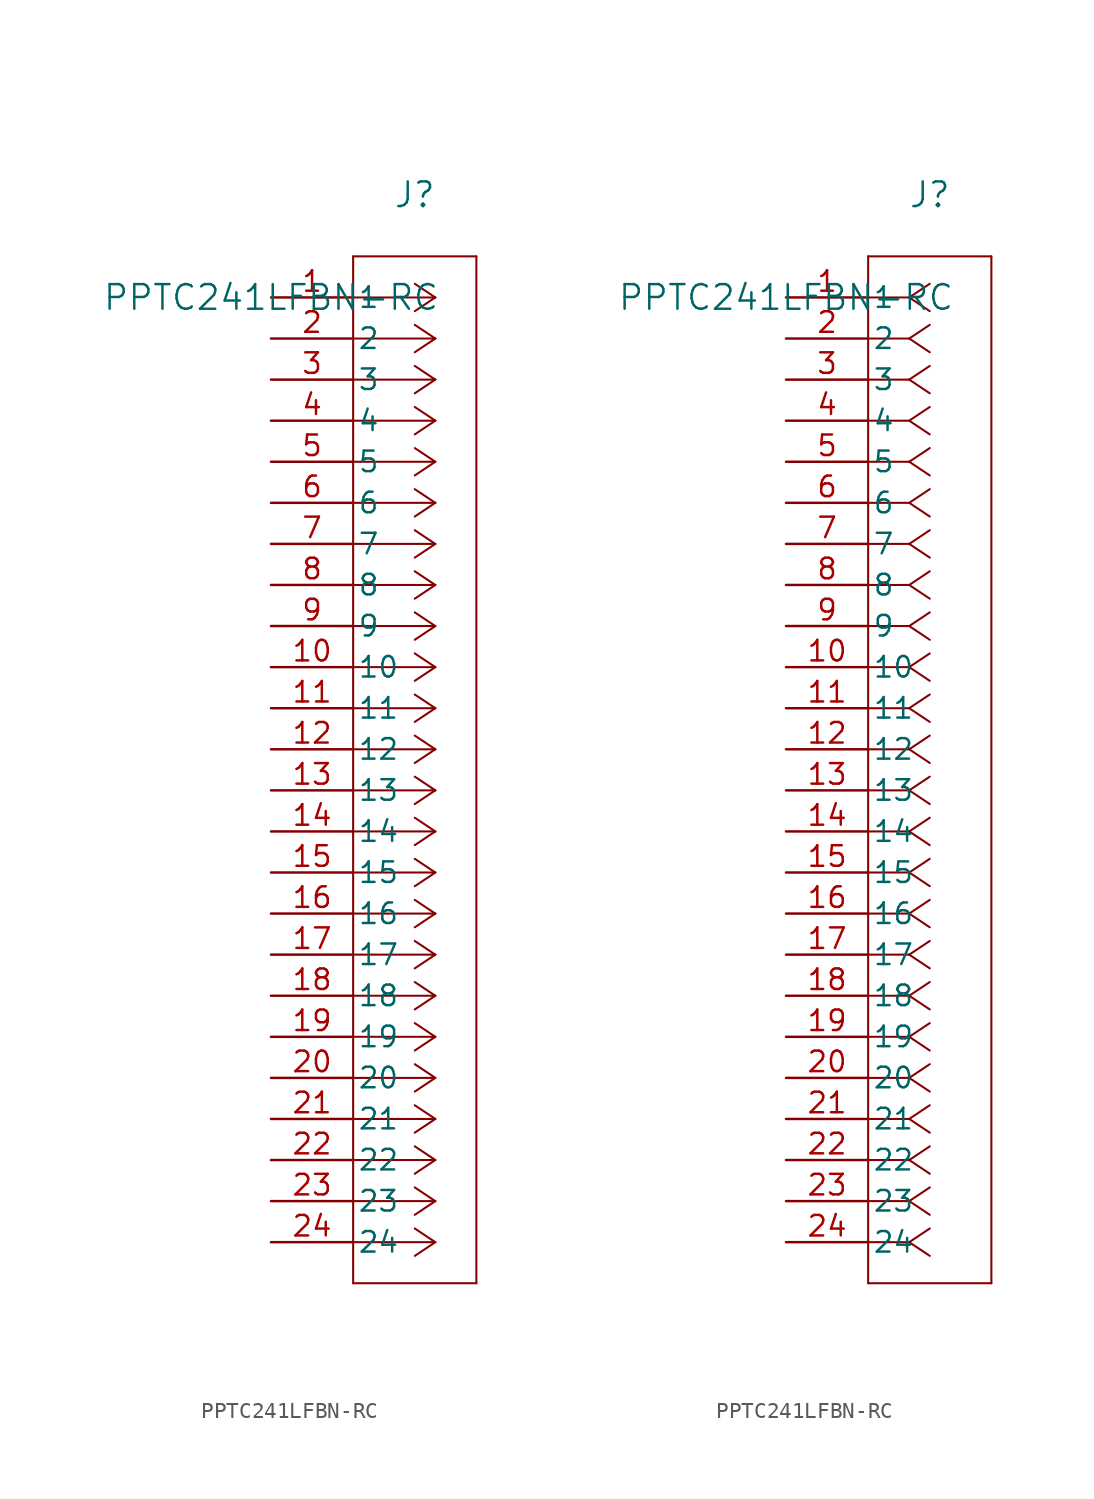
<source format=kicad_sym>
(kicad_symbol_lib
  (version 20220914)
  (generator kicad_symbol_editor)
  (symbol "PPTC241LFBN-RC"
    (pin_names
      (offset 0.254))
    (property "Reference" "J"
      (at 8.89 6.35 0)
      (effects (font (size 1.524 1.524))))
    (property "Value" "PPTC241LFBN-RC"
      (at 0 0 0)
      (effects (font (size 1.524 1.524))))
    (property "ki_locked" ""
      (at 0 0 0)
      (effects (font (size 1.27 1.27))))
    (symbol "PPTC241LFBN-RC_1_1"
      (polyline (pts (xy 5.08 -60.96) (xy 12.7 -60.96)) (stroke (width 0.127) (type default)) (fill (type none)))
      (polyline (pts (xy 5.08 2.54) (xy 5.08 -60.96)) (stroke (width 0.127) (type default)) (fill (type none)))
      (polyline (pts (xy 10.16 -58.42) (xy 5.08 -58.42)) (stroke (width 0.127) (type default)) (fill (type none)))
      (polyline (pts (xy 10.16 -58.42) (xy 8.89 -59.267)) (stroke (width 0.127) (type default)) (fill (type none)))
      (polyline (pts (xy 10.16 -58.42) (xy 8.89 -57.573)) (stroke (width 0.127) (type default)) (fill (type none)))
      (polyline (pts (xy 10.16 -55.88) (xy 5.08 -55.88)) (stroke (width 0.127) (type default)) (fill (type none)))
      (polyline (pts (xy 10.16 -55.88) (xy 8.89 -56.727)) (stroke (width 0.127) (type default)) (fill (type none)))
      (polyline (pts (xy 10.16 -55.88) (xy 8.89 -55.033)) (stroke (width 0.127) (type default)) (fill (type none)))
      (polyline (pts (xy 10.16 -53.34) (xy 5.08 -53.34)) (stroke (width 0.127) (type default)) (fill (type none)))
      (polyline (pts (xy 10.16 -53.34) (xy 8.89 -54.187)) (stroke (width 0.127) (type default)) (fill (type none)))
      (polyline (pts (xy 10.16 -53.34) (xy 8.89 -52.493)) (stroke (width 0.127) (type default)) (fill (type none)))
      (polyline (pts (xy 10.16 -50.8) (xy 5.08 -50.8)) (stroke (width 0.127) (type default)) (fill (type none)))
      (polyline (pts (xy 10.16 -50.8) (xy 8.89 -51.647)) (stroke (width 0.127) (type default)) (fill (type none)))
      (polyline (pts (xy 10.16 -50.8) (xy 8.89 -49.953)) (stroke (width 0.127) (type default)) (fill (type none)))
      (polyline (pts (xy 10.16 -48.26) (xy 5.08 -48.26)) (stroke (width 0.127) (type default)) (fill (type none)))
      (polyline (pts (xy 10.16 -48.26) (xy 8.89 -49.107)) (stroke (width 0.127) (type default)) (fill (type none)))
      (polyline (pts (xy 10.16 -48.26) (xy 8.89 -47.413)) (stroke (width 0.127) (type default)) (fill (type none)))
      (polyline (pts (xy 10.16 -45.72) (xy 5.08 -45.72)) (stroke (width 0.127) (type default)) (fill (type none)))
      (polyline (pts (xy 10.16 -45.72) (xy 8.89 -46.567)) (stroke (width 0.127) (type default)) (fill (type none)))
      (polyline (pts (xy 10.16 -45.72) (xy 8.89 -44.873)) (stroke (width 0.127) (type default)) (fill (type none)))
      (polyline (pts (xy 10.16 -43.18) (xy 5.08 -43.18)) (stroke (width 0.127) (type default)) (fill (type none)))
      (polyline (pts (xy 10.16 -43.18) (xy 8.89 -44.027)) (stroke (width 0.127) (type default)) (fill (type none)))
      (polyline (pts (xy 10.16 -43.18) (xy 8.89 -42.333)) (stroke (width 0.127) (type default)) (fill (type none)))
      (polyline (pts (xy 10.16 -40.64) (xy 5.08 -40.64)) (stroke (width 0.127) (type default)) (fill (type none)))
      (polyline (pts (xy 10.16 -40.64) (xy 8.89 -41.487)) (stroke (width 0.127) (type default)) (fill (type none)))
      (polyline (pts (xy 10.16 -40.64) (xy 8.89 -39.793)) (stroke (width 0.127) (type default)) (fill (type none)))
      (polyline (pts (xy 10.16 -38.1) (xy 5.08 -38.1)) (stroke (width 0.127) (type default)) (fill (type none)))
      (polyline (pts (xy 10.16 -38.1) (xy 8.89 -38.947)) (stroke (width 0.127) (type default)) (fill (type none)))
      (polyline (pts (xy 10.16 -38.1) (xy 8.89 -37.253)) (stroke (width 0.127) (type default)) (fill (type none)))
      (polyline (pts (xy 10.16 -35.56) (xy 5.08 -35.56)) (stroke (width 0.127) (type default)) (fill (type none)))
      (polyline (pts (xy 10.16 -35.56) (xy 8.89 -36.407)) (stroke (width 0.127) (type default)) (fill (type none)))
      (polyline (pts (xy 10.16 -35.56) (xy 8.89 -34.713)) (stroke (width 0.127) (type default)) (fill (type none)))
      (polyline (pts (xy 10.16 -33.02) (xy 5.08 -33.02)) (stroke (width 0.127) (type default)) (fill (type none)))
      (polyline (pts (xy 10.16 -33.02) (xy 8.89 -33.867)) (stroke (width 0.127) (type default)) (fill (type none)))
      (polyline (pts (xy 10.16 -33.02) (xy 8.89 -32.173)) (stroke (width 0.127) (type default)) (fill (type none)))
      (polyline (pts (xy 10.16 -30.48) (xy 5.08 -30.48)) (stroke (width 0.127) (type default)) (fill (type none)))
      (polyline (pts (xy 10.16 -30.48) (xy 8.89 -31.327)) (stroke (width 0.127) (type default)) (fill (type none)))
      (polyline (pts (xy 10.16 -30.48) (xy 8.89 -29.633)) (stroke (width 0.127) (type default)) (fill (type none)))
      (polyline (pts (xy 10.16 -27.94) (xy 5.08 -27.94)) (stroke (width 0.127) (type default)) (fill (type none)))
      (polyline (pts (xy 10.16 -27.94) (xy 8.89 -28.787)) (stroke (width 0.127) (type default)) (fill (type none)))
      (polyline (pts (xy 10.16 -27.94) (xy 8.89 -27.093)) (stroke (width 0.127) (type default)) (fill (type none)))
      (polyline (pts (xy 10.16 -25.4) (xy 5.08 -25.4)) (stroke (width 0.127) (type default)) (fill (type none)))
      (polyline (pts (xy 10.16 -25.4) (xy 8.89 -26.247)) (stroke (width 0.127) (type default)) (fill (type none)))
      (polyline (pts (xy 10.16 -25.4) (xy 8.89 -24.553)) (stroke (width 0.127) (type default)) (fill (type none)))
      (polyline (pts (xy 10.16 -22.86) (xy 5.08 -22.86)) (stroke (width 0.127) (type default)) (fill (type none)))
      (polyline (pts (xy 10.16 -22.86) (xy 8.89 -23.707)) (stroke (width 0.127) (type default)) (fill (type none)))
      (polyline (pts (xy 10.16 -22.86) (xy 8.89 -22.013)) (stroke (width 0.127) (type default)) (fill (type none)))
      (polyline (pts (xy 10.16 -20.32) (xy 5.08 -20.32)) (stroke (width 0.127) (type default)) (fill (type none)))
      (polyline (pts (xy 10.16 -20.32) (xy 8.89 -21.167)) (stroke (width 0.127) (type default)) (fill (type none)))
      (polyline (pts (xy 10.16 -20.32) (xy 8.89 -19.473)) (stroke (width 0.127) (type default)) (fill (type none)))
      (polyline (pts (xy 10.16 -17.78) (xy 5.08 -17.78)) (stroke (width 0.127) (type default)) (fill (type none)))
      (polyline (pts (xy 10.16 -17.78) (xy 8.89 -18.627)) (stroke (width 0.127) (type default)) (fill (type none)))
      (polyline (pts (xy 10.16 -17.78) (xy 8.89 -16.933)) (stroke (width 0.127) (type default)) (fill (type none)))
      (polyline (pts (xy 10.16 -15.24) (xy 5.08 -15.24)) (stroke (width 0.127) (type default)) (fill (type none)))
      (polyline (pts (xy 10.16 -15.24) (xy 8.89 -16.087)) (stroke (width 0.127) (type default)) (fill (type none)))
      (polyline (pts (xy 10.16 -15.24) (xy 8.89 -14.393)) (stroke (width 0.127) (type default)) (fill (type none)))
      (polyline (pts (xy 10.16 -12.7) (xy 5.08 -12.7)) (stroke (width 0.127) (type default)) (fill (type none)))
      (polyline (pts (xy 10.16 -12.7) (xy 8.89 -13.547)) (stroke (width 0.127) (type default)) (fill (type none)))
      (polyline (pts (xy 10.16 -12.7) (xy 8.89 -11.853)) (stroke (width 0.127) (type default)) (fill (type none)))
      (polyline (pts (xy 10.16 -10.16) (xy 5.08 -10.16)) (stroke (width 0.127) (type default)) (fill (type none)))
      (polyline (pts (xy 10.16 -10.16) (xy 8.89 -11.007)) (stroke (width 0.127) (type default)) (fill (type none)))
      (polyline (pts (xy 10.16 -10.16) (xy 8.89 -9.313)) (stroke (width 0.127) (type default)) (fill (type none)))
      (polyline (pts (xy 10.16 -7.62) (xy 5.08 -7.62)) (stroke (width 0.127) (type default)) (fill (type none)))
      (polyline (pts (xy 10.16 -7.62) (xy 8.89 -8.467)) (stroke (width 0.127) (type default)) (fill (type none)))
      (polyline (pts (xy 10.16 -7.62) (xy 8.89 -6.773)) (stroke (width 0.127) (type default)) (fill (type none)))
      (polyline (pts (xy 10.16 -5.08) (xy 5.08 -5.08)) (stroke (width 0.127) (type default)) (fill (type none)))
      (polyline (pts (xy 10.16 -5.08) (xy 8.89 -5.927)) (stroke (width 0.127) (type default)) (fill (type none)))
      (polyline (pts (xy 10.16 -5.08) (xy 8.89 -4.233)) (stroke (width 0.127) (type default)) (fill (type none)))
      (polyline (pts (xy 10.16 -2.54) (xy 5.08 -2.54)) (stroke (width 0.127) (type default)) (fill (type none)))
      (polyline (pts (xy 10.16 -2.54) (xy 8.89 -3.387)) (stroke (width 0.127) (type default)) (fill (type none)))
      (polyline (pts (xy 10.16 -2.54) (xy 8.89 -1.693)) (stroke (width 0.127) (type default)) (fill (type none)))
      (polyline (pts (xy 10.16 0) (xy 5.08 0)) (stroke (width 0.127) (type default)) (fill (type none)))
      (polyline (pts (xy 10.16 0) (xy 8.89 -0.847)) (stroke (width 0.127) (type default)) (fill (type none)))
      (polyline (pts (xy 10.16 0) (xy 8.89 0.847)) (stroke (width 0.127) (type default)) (fill (type none)))
      (polyline (pts (xy 12.7 -60.96) (xy 12.7 2.54)) (stroke (width 0.127) (type default)) (fill (type none)))
      (polyline (pts (xy 12.7 2.54) (xy 5.08 2.54)) (stroke (width 0.127) (type default)) (fill (type none)))
      (pin unspecified line (at 0 0 0) (length 5.08) (name "1" (effects (font (size 1.27 1.27)))) (number "1" (effects (font (size 1.27 1.27)))))
      (pin unspecified line (at 0 -22.86 0) (length 5.08) (name "10" (effects (font (size 1.27 1.27)))) (number "10" (effects (font (size 1.27 1.27)))))
      (pin unspecified line (at 0 -25.4 0) (length 5.08) (name "11" (effects (font (size 1.27 1.27)))) (number "11" (effects (font (size 1.27 1.27)))))
      (pin unspecified line (at 0 -27.94 0) (length 5.08) (name "12" (effects (font (size 1.27 1.27)))) (number "12" (effects (font (size 1.27 1.27)))))
      (pin unspecified line (at 0 -30.48 0) (length 5.08) (name "13" (effects (font (size 1.27 1.27)))) (number "13" (effects (font (size 1.27 1.27)))))
      (pin unspecified line (at 0 -33.02 0) (length 5.08) (name "14" (effects (font (size 1.27 1.27)))) (number "14" (effects (font (size 1.27 1.27)))))
      (pin unspecified line (at 0 -35.56 0) (length 5.08) (name "15" (effects (font (size 1.27 1.27)))) (number "15" (effects (font (size 1.27 1.27)))))
      (pin unspecified line (at 0 -38.1 0) (length 5.08) (name "16" (effects (font (size 1.27 1.27)))) (number "16" (effects (font (size 1.27 1.27)))))
      (pin unspecified line (at 0 -40.64 0) (length 5.08) (name "17" (effects (font (size 1.27 1.27)))) (number "17" (effects (font (size 1.27 1.27)))))
      (pin unspecified line (at 0 -43.18 0) (length 5.08) (name "18" (effects (font (size 1.27 1.27)))) (number "18" (effects (font (size 1.27 1.27)))))
      (pin unspecified line (at 0 -45.72 0) (length 5.08) (name "19" (effects (font (size 1.27 1.27)))) (number "19" (effects (font (size 1.27 1.27)))))
      (pin unspecified line (at 0 -2.54 0) (length 5.08) (name "2" (effects (font (size 1.27 1.27)))) (number "2" (effects (font (size 1.27 1.27)))))
      (pin unspecified line (at 0 -48.26 0) (length 5.08) (name "20" (effects (font (size 1.27 1.27)))) (number "20" (effects (font (size 1.27 1.27)))))
      (pin unspecified line (at 0 -50.8 0) (length 5.08) (name "21" (effects (font (size 1.27 1.27)))) (number "21" (effects (font (size 1.27 1.27)))))
      (pin unspecified line (at 0 -53.34 0) (length 5.08) (name "22" (effects (font (size 1.27 1.27)))) (number "22" (effects (font (size 1.27 1.27)))))
      (pin unspecified line (at 0 -55.88 0) (length 5.08) (name "23" (effects (font (size 1.27 1.27)))) (number "23" (effects (font (size 1.27 1.27)))))
      (pin unspecified line (at 0 -58.42 0) (length 5.08) (name "24" (effects (font (size 1.27 1.27)))) (number "24" (effects (font (size 1.27 1.27)))))
      (pin unspecified line (at 0 -5.08 0) (length 5.08) (name "3" (effects (font (size 1.27 1.27)))) (number "3" (effects (font (size 1.27 1.27)))))
      (pin unspecified line (at 0 -7.62 0) (length 5.08) (name "4" (effects (font (size 1.27 1.27)))) (number "4" (effects (font (size 1.27 1.27)))))
      (pin unspecified line (at 0 -10.16 0) (length 5.08) (name "5" (effects (font (size 1.27 1.27)))) (number "5" (effects (font (size 1.27 1.27)))))
      (pin unspecified line (at 0 -12.7 0) (length 5.08) (name "6" (effects (font (size 1.27 1.27)))) (number "6" (effects (font (size 1.27 1.27)))))
      (pin unspecified line (at 0 -15.24 0) (length 5.08) (name "7" (effects (font (size 1.27 1.27)))) (number "7" (effects (font (size 1.27 1.27)))))
      (pin unspecified line (at 0 -17.78 0) (length 5.08) (name "8" (effects (font (size 1.27 1.27)))) (number "8" (effects (font (size 1.27 1.27)))))
      (pin unspecified line (at 0 -20.32 0) (length 5.08) (name "9" (effects (font (size 1.27 1.27)))) (number "9" (effects (font (size 1.27 1.27))))))
    (symbol "PPTC241LFBN-RC_1_2"
      (polyline (pts (xy 5.08 -60.96) (xy 12.7 -60.96)) (stroke (width 0.127) (type default)) (fill (type none)))
      (polyline (pts (xy 5.08 2.54) (xy 5.08 -60.96)) (stroke (width 0.127) (type default)) (fill (type none)))
      (polyline (pts (xy 7.62 -58.42) (xy 5.08 -58.42)) (stroke (width 0.127) (type default)) (fill (type none)))
      (polyline (pts (xy 7.62 -58.42) (xy 8.89 -59.267)) (stroke (width 0.127) (type default)) (fill (type none)))
      (polyline (pts (xy 7.62 -58.42) (xy 8.89 -57.573)) (stroke (width 0.127) (type default)) (fill (type none)))
      (polyline (pts (xy 7.62 -55.88) (xy 5.08 -55.88)) (stroke (width 0.127) (type default)) (fill (type none)))
      (polyline (pts (xy 7.62 -55.88) (xy 8.89 -56.727)) (stroke (width 0.127) (type default)) (fill (type none)))
      (polyline (pts (xy 7.62 -55.88) (xy 8.89 -55.033)) (stroke (width 0.127) (type default)) (fill (type none)))
      (polyline (pts (xy 7.62 -53.34) (xy 5.08 -53.34)) (stroke (width 0.127) (type default)) (fill (type none)))
      (polyline (pts (xy 7.62 -53.34) (xy 8.89 -54.187)) (stroke (width 0.127) (type default)) (fill (type none)))
      (polyline (pts (xy 7.62 -53.34) (xy 8.89 -52.493)) (stroke (width 0.127) (type default)) (fill (type none)))
      (polyline (pts (xy 7.62 -50.8) (xy 5.08 -50.8)) (stroke (width 0.127) (type default)) (fill (type none)))
      (polyline (pts (xy 7.62 -50.8) (xy 8.89 -51.647)) (stroke (width 0.127) (type default)) (fill (type none)))
      (polyline (pts (xy 7.62 -50.8) (xy 8.89 -49.953)) (stroke (width 0.127) (type default)) (fill (type none)))
      (polyline (pts (xy 7.62 -48.26) (xy 5.08 -48.26)) (stroke (width 0.127) (type default)) (fill (type none)))
      (polyline (pts (xy 7.62 -48.26) (xy 8.89 -49.107)) (stroke (width 0.127) (type default)) (fill (type none)))
      (polyline (pts (xy 7.62 -48.26) (xy 8.89 -47.413)) (stroke (width 0.127) (type default)) (fill (type none)))
      (polyline (pts (xy 7.62 -45.72) (xy 5.08 -45.72)) (stroke (width 0.127) (type default)) (fill (type none)))
      (polyline (pts (xy 7.62 -45.72) (xy 8.89 -46.567)) (stroke (width 0.127) (type default)) (fill (type none)))
      (polyline (pts (xy 7.62 -45.72) (xy 8.89 -44.873)) (stroke (width 0.127) (type default)) (fill (type none)))
      (polyline (pts (xy 7.62 -43.18) (xy 5.08 -43.18)) (stroke (width 0.127) (type default)) (fill (type none)))
      (polyline (pts (xy 7.62 -43.18) (xy 8.89 -44.027)) (stroke (width 0.127) (type default)) (fill (type none)))
      (polyline (pts (xy 7.62 -43.18) (xy 8.89 -42.333)) (stroke (width 0.127) (type default)) (fill (type none)))
      (polyline (pts (xy 7.62 -40.64) (xy 5.08 -40.64)) (stroke (width 0.127) (type default)) (fill (type none)))
      (polyline (pts (xy 7.62 -40.64) (xy 8.89 -41.487)) (stroke (width 0.127) (type default)) (fill (type none)))
      (polyline (pts (xy 7.62 -40.64) (xy 8.89 -39.793)) (stroke (width 0.127) (type default)) (fill (type none)))
      (polyline (pts (xy 7.62 -38.1) (xy 5.08 -38.1)) (stroke (width 0.127) (type default)) (fill (type none)))
      (polyline (pts (xy 7.62 -38.1) (xy 8.89 -38.947)) (stroke (width 0.127) (type default)) (fill (type none)))
      (polyline (pts (xy 7.62 -38.1) (xy 8.89 -37.253)) (stroke (width 0.127) (type default)) (fill (type none)))
      (polyline (pts (xy 7.62 -35.56) (xy 5.08 -35.56)) (stroke (width 0.127) (type default)) (fill (type none)))
      (polyline (pts (xy 7.62 -35.56) (xy 8.89 -36.407)) (stroke (width 0.127) (type default)) (fill (type none)))
      (polyline (pts (xy 7.62 -35.56) (xy 8.89 -34.713)) (stroke (width 0.127) (type default)) (fill (type none)))
      (polyline (pts (xy 7.62 -33.02) (xy 5.08 -33.02)) (stroke (width 0.127) (type default)) (fill (type none)))
      (polyline (pts (xy 7.62 -33.02) (xy 8.89 -33.867)) (stroke (width 0.127) (type default)) (fill (type none)))
      (polyline (pts (xy 7.62 -33.02) (xy 8.89 -32.173)) (stroke (width 0.127) (type default)) (fill (type none)))
      (polyline (pts (xy 7.62 -30.48) (xy 5.08 -30.48)) (stroke (width 0.127) (type default)) (fill (type none)))
      (polyline (pts (xy 7.62 -30.48) (xy 8.89 -31.327)) (stroke (width 0.127) (type default)) (fill (type none)))
      (polyline (pts (xy 7.62 -30.48) (xy 8.89 -29.633)) (stroke (width 0.127) (type default)) (fill (type none)))
      (polyline (pts (xy 7.62 -27.94) (xy 5.08 -27.94)) (stroke (width 0.127) (type default)) (fill (type none)))
      (polyline (pts (xy 7.62 -27.94) (xy 8.89 -28.787)) (stroke (width 0.127) (type default)) (fill (type none)))
      (polyline (pts (xy 7.62 -27.94) (xy 8.89 -27.093)) (stroke (width 0.127) (type default)) (fill (type none)))
      (polyline (pts (xy 7.62 -25.4) (xy 5.08 -25.4)) (stroke (width 0.127) (type default)) (fill (type none)))
      (polyline (pts (xy 7.62 -25.4) (xy 8.89 -26.247)) (stroke (width 0.127) (type default)) (fill (type none)))
      (polyline (pts (xy 7.62 -25.4) (xy 8.89 -24.553)) (stroke (width 0.127) (type default)) (fill (type none)))
      (polyline (pts (xy 7.62 -22.86) (xy 5.08 -22.86)) (stroke (width 0.127) (type default)) (fill (type none)))
      (polyline (pts (xy 7.62 -22.86) (xy 8.89 -23.707)) (stroke (width 0.127) (type default)) (fill (type none)))
      (polyline (pts (xy 7.62 -22.86) (xy 8.89 -22.013)) (stroke (width 0.127) (type default)) (fill (type none)))
      (polyline (pts (xy 7.62 -20.32) (xy 5.08 -20.32)) (stroke (width 0.127) (type default)) (fill (type none)))
      (polyline (pts (xy 7.62 -20.32) (xy 8.89 -21.167)) (stroke (width 0.127) (type default)) (fill (type none)))
      (polyline (pts (xy 7.62 -20.32) (xy 8.89 -19.473)) (stroke (width 0.127) (type default)) (fill (type none)))
      (polyline (pts (xy 7.62 -17.78) (xy 5.08 -17.78)) (stroke (width 0.127) (type default)) (fill (type none)))
      (polyline (pts (xy 7.62 -17.78) (xy 8.89 -18.627)) (stroke (width 0.127) (type default)) (fill (type none)))
      (polyline (pts (xy 7.62 -17.78) (xy 8.89 -16.933)) (stroke (width 0.127) (type default)) (fill (type none)))
      (polyline (pts (xy 7.62 -15.24) (xy 5.08 -15.24)) (stroke (width 0.127) (type default)) (fill (type none)))
      (polyline (pts (xy 7.62 -15.24) (xy 8.89 -16.087)) (stroke (width 0.127) (type default)) (fill (type none)))
      (polyline (pts (xy 7.62 -15.24) (xy 8.89 -14.393)) (stroke (width 0.127) (type default)) (fill (type none)))
      (polyline (pts (xy 7.62 -12.7) (xy 5.08 -12.7)) (stroke (width 0.127) (type default)) (fill (type none)))
      (polyline (pts (xy 7.62 -12.7) (xy 8.89 -13.547)) (stroke (width 0.127) (type default)) (fill (type none)))
      (polyline (pts (xy 7.62 -12.7) (xy 8.89 -11.853)) (stroke (width 0.127) (type default)) (fill (type none)))
      (polyline (pts (xy 7.62 -10.16) (xy 5.08 -10.16)) (stroke (width 0.127) (type default)) (fill (type none)))
      (polyline (pts (xy 7.62 -10.16) (xy 8.89 -11.007)) (stroke (width 0.127) (type default)) (fill (type none)))
      (polyline (pts (xy 7.62 -10.16) (xy 8.89 -9.313)) (stroke (width 0.127) (type default)) (fill (type none)))
      (polyline (pts (xy 7.62 -7.62) (xy 5.08 -7.62)) (stroke (width 0.127) (type default)) (fill (type none)))
      (polyline (pts (xy 7.62 -7.62) (xy 8.89 -8.467)) (stroke (width 0.127) (type default)) (fill (type none)))
      (polyline (pts (xy 7.62 -7.62) (xy 8.89 -6.773)) (stroke (width 0.127) (type default)) (fill (type none)))
      (polyline (pts (xy 7.62 -5.08) (xy 5.08 -5.08)) (stroke (width 0.127) (type default)) (fill (type none)))
      (polyline (pts (xy 7.62 -5.08) (xy 8.89 -5.927)) (stroke (width 0.127) (type default)) (fill (type none)))
      (polyline (pts (xy 7.62 -5.08) (xy 8.89 -4.233)) (stroke (width 0.127) (type default)) (fill (type none)))
      (polyline (pts (xy 7.62 -2.54) (xy 5.08 -2.54)) (stroke (width 0.127) (type default)) (fill (type none)))
      (polyline (pts (xy 7.62 -2.54) (xy 8.89 -3.387)) (stroke (width 0.127) (type default)) (fill (type none)))
      (polyline (pts (xy 7.62 -2.54) (xy 8.89 -1.693)) (stroke (width 0.127) (type default)) (fill (type none)))
      (polyline (pts (xy 7.62 0) (xy 5.08 0)) (stroke (width 0.127) (type default)) (fill (type none)))
      (polyline (pts (xy 7.62 0) (xy 8.89 -0.847)) (stroke (width 0.127) (type default)) (fill (type none)))
      (polyline (pts (xy 7.62 0) (xy 8.89 0.847)) (stroke (width 0.127) (type default)) (fill (type none)))
      (polyline (pts (xy 12.7 -60.96) (xy 12.7 2.54)) (stroke (width 0.127) (type default)) (fill (type none)))
      (polyline (pts (xy 12.7 2.54) (xy 5.08 2.54)) (stroke (width 0.127) (type default)) (fill (type none)))
      (pin unspecified line (at 0 0 0) (length 5.08) (name "1" (effects (font (size 1.27 1.27)))) (number "1" (effects (font (size 1.27 1.27)))))
      (pin unspecified line (at 0 -22.86 0) (length 5.08) (name "10" (effects (font (size 1.27 1.27)))) (number "10" (effects (font (size 1.27 1.27)))))
      (pin unspecified line (at 0 -25.4 0) (length 5.08) (name "11" (effects (font (size 1.27 1.27)))) (number "11" (effects (font (size 1.27 1.27)))))
      (pin unspecified line (at 0 -27.94 0) (length 5.08) (name "12" (effects (font (size 1.27 1.27)))) (number "12" (effects (font (size 1.27 1.27)))))
      (pin unspecified line (at 0 -30.48 0) (length 5.08) (name "13" (effects (font (size 1.27 1.27)))) (number "13" (effects (font (size 1.27 1.27)))))
      (pin unspecified line (at 0 -33.02 0) (length 5.08) (name "14" (effects (font (size 1.27 1.27)))) (number "14" (effects (font (size 1.27 1.27)))))
      (pin unspecified line (at 0 -35.56 0) (length 5.08) (name "15" (effects (font (size 1.27 1.27)))) (number "15" (effects (font (size 1.27 1.27)))))
      (pin unspecified line (at 0 -38.1 0) (length 5.08) (name "16" (effects (font (size 1.27 1.27)))) (number "16" (effects (font (size 1.27 1.27)))))
      (pin unspecified line (at 0 -40.64 0) (length 5.08) (name "17" (effects (font (size 1.27 1.27)))) (number "17" (effects (font (size 1.27 1.27)))))
      (pin unspecified line (at 0 -43.18 0) (length 5.08) (name "18" (effects (font (size 1.27 1.27)))) (number "18" (effects (font (size 1.27 1.27)))))
      (pin unspecified line (at 0 -45.72 0) (length 5.08) (name "19" (effects (font (size 1.27 1.27)))) (number "19" (effects (font (size 1.27 1.27)))))
      (pin unspecified line (at 0 -2.54 0) (length 5.08) (name "2" (effects (font (size 1.27 1.27)))) (number "2" (effects (font (size 1.27 1.27)))))
      (pin unspecified line (at 0 -48.26 0) (length 5.08) (name "20" (effects (font (size 1.27 1.27)))) (number "20" (effects (font (size 1.27 1.27)))))
      (pin unspecified line (at 0 -50.8 0) (length 5.08) (name "21" (effects (font (size 1.27 1.27)))) (number "21" (effects (font (size 1.27 1.27)))))
      (pin unspecified line (at 0 -53.34 0) (length 5.08) (name "22" (effects (font (size 1.27 1.27)))) (number "22" (effects (font (size 1.27 1.27)))))
      (pin unspecified line (at 0 -55.88 0) (length 5.08) (name "23" (effects (font (size 1.27 1.27)))) (number "23" (effects (font (size 1.27 1.27)))))
      (pin unspecified line (at 0 -58.42 0) (length 5.08) (name "24" (effects (font (size 1.27 1.27)))) (number "24" (effects (font (size 1.27 1.27)))))
      (pin unspecified line (at 0 -5.08 0) (length 5.08) (name "3" (effects (font (size 1.27 1.27)))) (number "3" (effects (font (size 1.27 1.27)))))
      (pin unspecified line (at 0 -7.62 0) (length 5.08) (name "4" (effects (font (size 1.27 1.27)))) (number "4" (effects (font (size 1.27 1.27)))))
      (pin unspecified line (at 0 -10.16 0) (length 5.08) (name "5" (effects (font (size 1.27 1.27)))) (number "5" (effects (font (size 1.27 1.27)))))
      (pin unspecified line (at 0 -12.7 0) (length 5.08) (name "6" (effects (font (size 1.27 1.27)))) (number "6" (effects (font (size 1.27 1.27)))))
      (pin unspecified line (at 0 -15.24 0) (length 5.08) (name "7" (effects (font (size 1.27 1.27)))) (number "7" (effects (font (size 1.27 1.27)))))
      (pin unspecified line (at 0 -17.78 0) (length 5.08) (name "8" (effects (font (size 1.27 1.27)))) (number "8" (effects (font (size 1.27 1.27)))))
      (pin unspecified line (at 0 -20.32 0) (length 5.08) (name "9" (effects (font (size 1.27 1.27)))) (number "9" (effects (font (size 1.27 1.27))))))))
</source>
